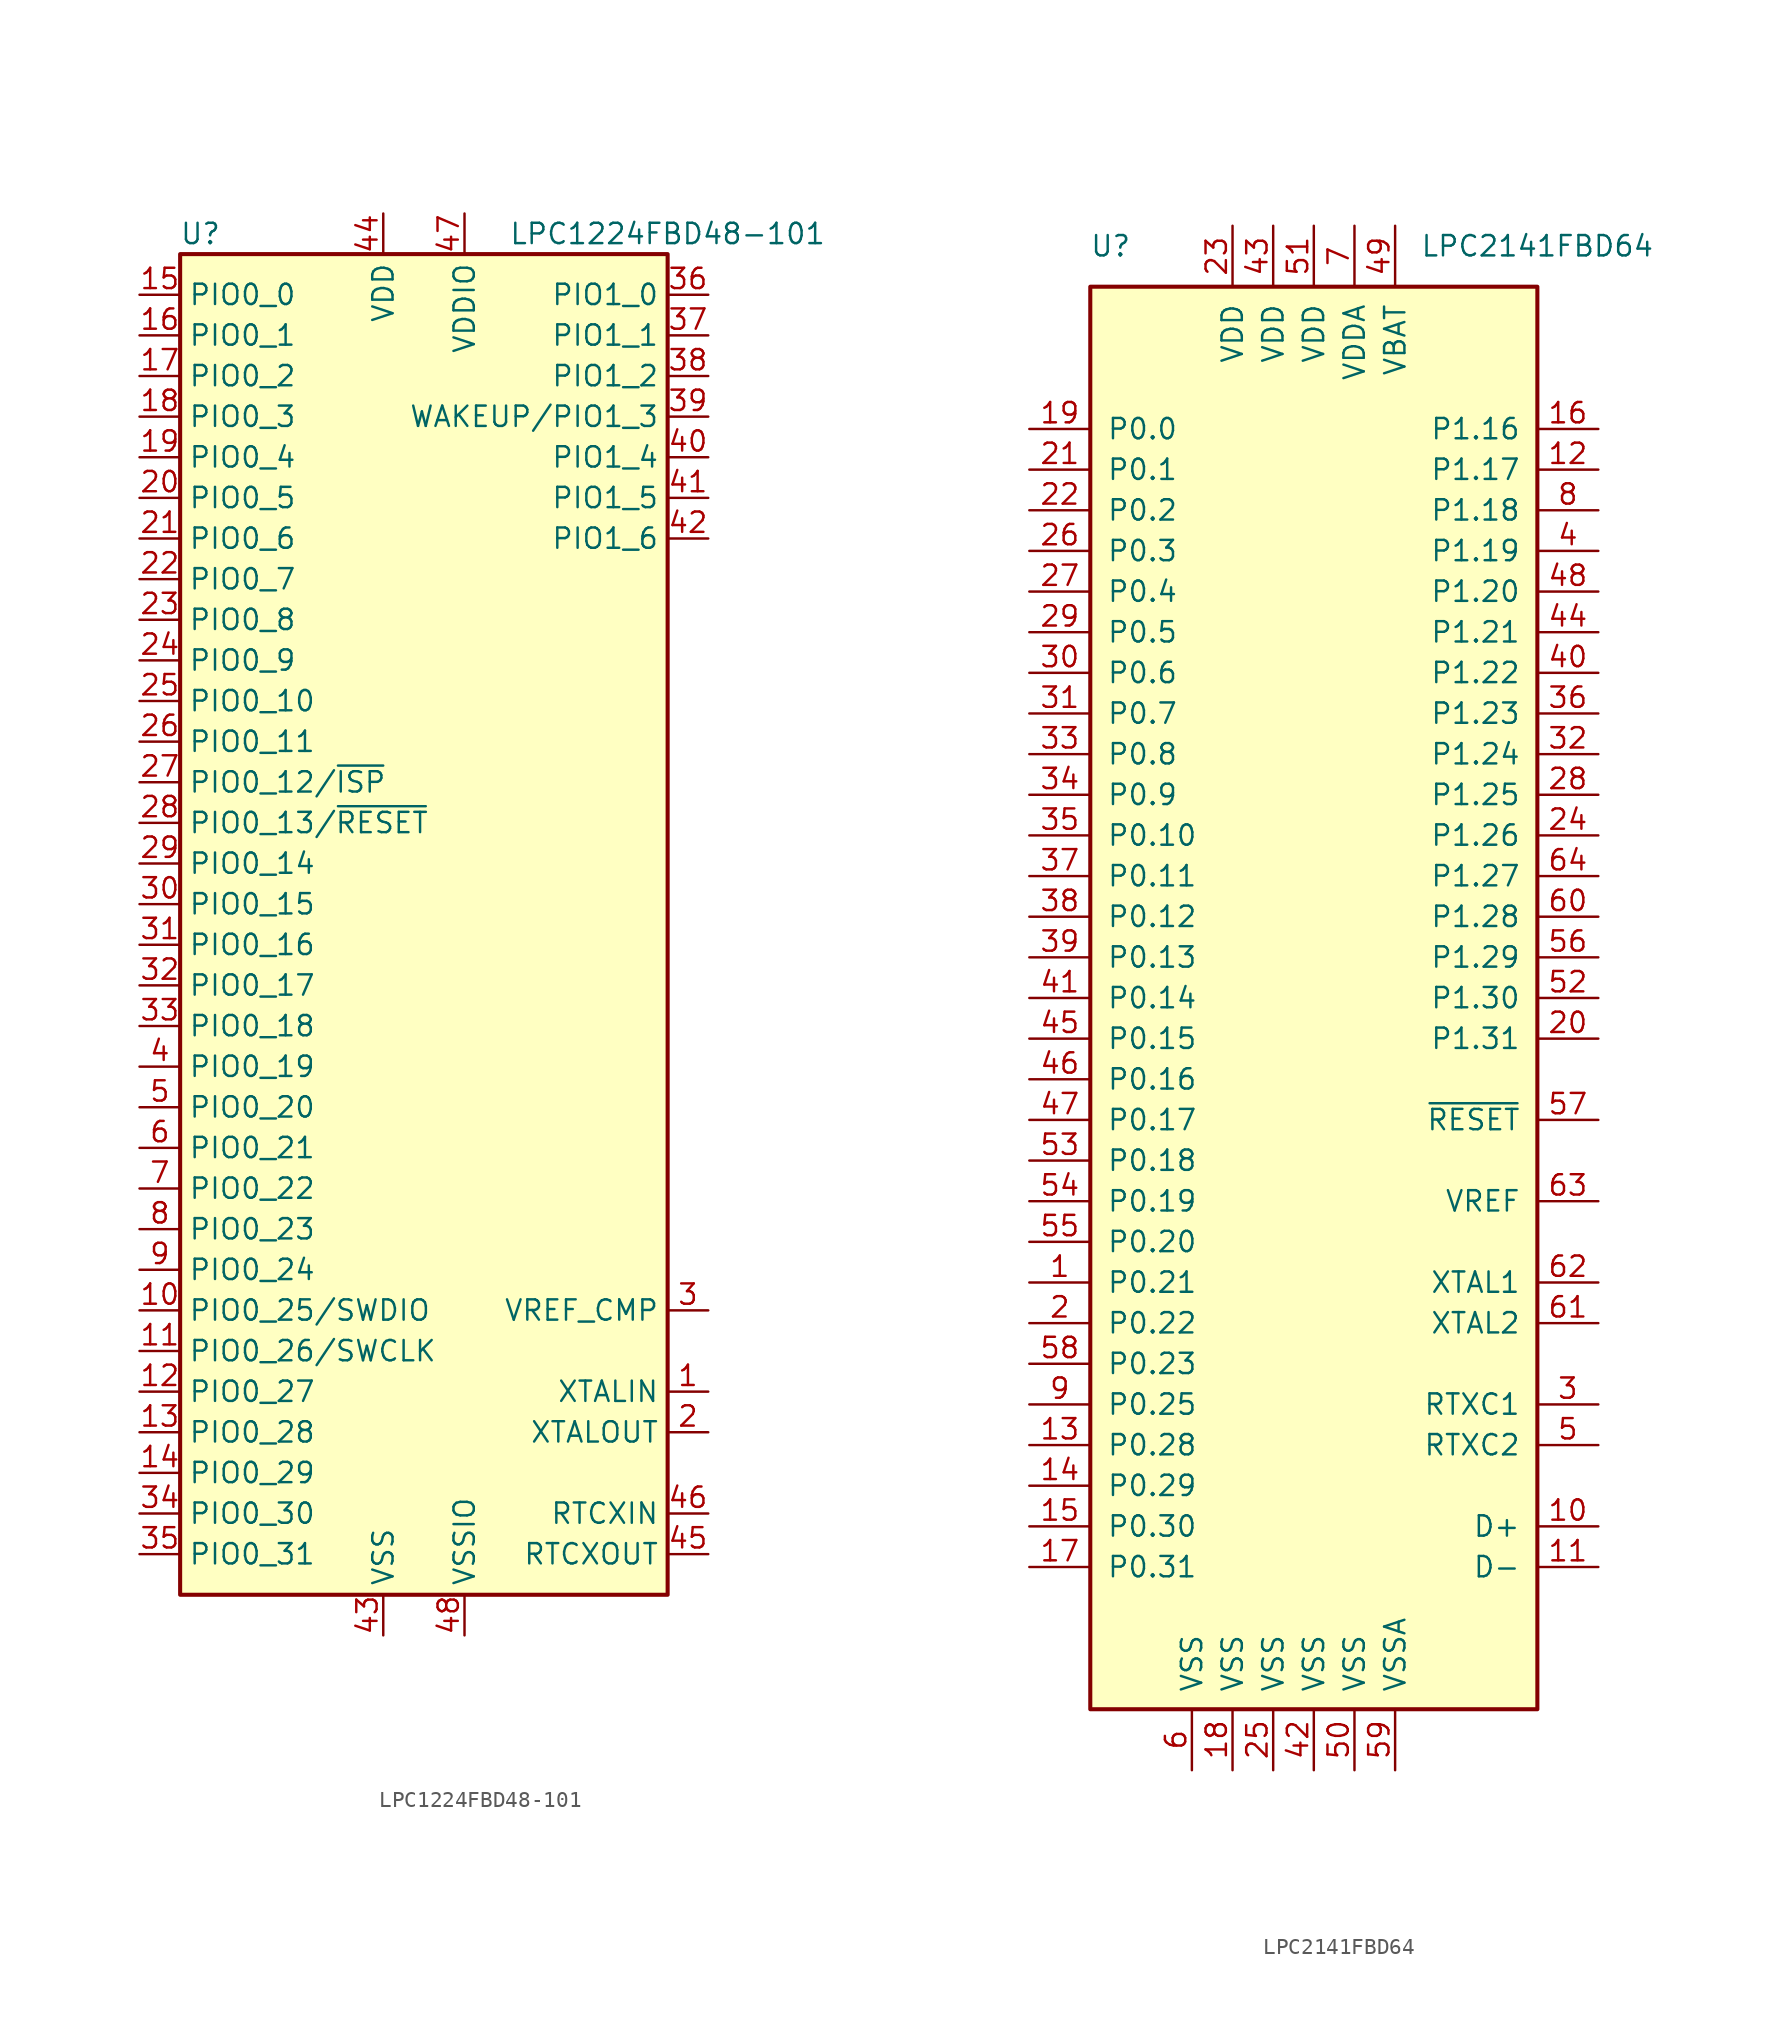
<source format=kicad_sym>
(kicad_symbol_lib
  (version 20241209)
  (generator "kicad_symbol_editor")
  (generator_version "9.0")
  (symbol "LPC1224FBD48-101"
    (property "Reference" "U"
      (at -13.97 44.45 0)
      (effects (font (size 1.27 1.27))))
    (property "Value" "LPC1224FBD48-101"
      (at 15.24 44.45 0)
      (effects (font (size 1.27 1.27))))
    (symbol "LPC1224FBD48-101_0_1"
      (rectangle (start -15.24 43.18) (end 15.24 -40.64) (stroke (width 0.254) (type default)) (fill (type background))))
    (symbol "LPC1224FBD48-101_1_1"
      (pin bidirectional line (at -17.78 40.64 0) (length 2.54) (name "PIO0_0" (effects (font (size 1.27 1.27)))) (number "15" (effects (font (size 1.27 1.27)))))
      (pin bidirectional line (at -17.78 38.1 0) (length 2.54) (name "PIO0_1" (effects (font (size 1.27 1.27)))) (number "16" (effects (font (size 1.27 1.27)))))
      (pin bidirectional line (at -17.78 35.56 0) (length 2.54) (name "PIO0_2" (effects (font (size 1.27 1.27)))) (number "17" (effects (font (size 1.27 1.27)))))
      (pin bidirectional line (at -17.78 33.02 0) (length 2.54) (name "PIO0_3" (effects (font (size 1.27 1.27)))) (number "18" (effects (font (size 1.27 1.27)))))
      (pin bidirectional line (at -17.78 30.48 0) (length 2.54) (name "PIO0_4" (effects (font (size 1.27 1.27)))) (number "19" (effects (font (size 1.27 1.27)))))
      (pin bidirectional line (at -17.78 27.94 0) (length 2.54) (name "PIO0_5" (effects (font (size 1.27 1.27)))) (number "20" (effects (font (size 1.27 1.27)))))
      (pin bidirectional line (at -17.78 25.4 0) (length 2.54) (name "PIO0_6" (effects (font (size 1.27 1.27)))) (number "21" (effects (font (size 1.27 1.27)))))
      (pin bidirectional line (at -17.78 22.86 0) (length 2.54) (name "PIO0_7" (effects (font (size 1.27 1.27)))) (number "22" (effects (font (size 1.27 1.27)))))
      (pin bidirectional line (at -17.78 20.32 0) (length 2.54) (name "PIO0_8" (effects (font (size 1.27 1.27)))) (number "23" (effects (font (size 1.27 1.27)))))
      (pin bidirectional line (at -17.78 17.78 0) (length 2.54) (name "PIO0_9" (effects (font (size 1.27 1.27)))) (number "24" (effects (font (size 1.27 1.27)))))
      (pin bidirectional line (at -17.78 15.24 0) (length 2.54) (name "PIO0_10" (effects (font (size 1.27 1.27)))) (number "25" (effects (font (size 1.27 1.27)))))
      (pin bidirectional line (at -17.78 12.7 0) (length 2.54) (name "PIO0_11" (effects (font (size 1.27 1.27)))) (number "26" (effects (font (size 1.27 1.27)))))
      (pin bidirectional line (at -17.78 10.16 0) (length 2.54) (name "PIO0_12/~{ISP}" (effects (font (size 1.27 1.27)))) (number "27" (effects (font (size 1.27 1.27)))))
      (pin bidirectional line (at -17.78 7.62 0) (length 2.54) (name "PIO0_13/~{RESET}" (effects (font (size 1.27 1.27)))) (number "28" (effects (font (size 1.27 1.27)))))
      (pin bidirectional line (at -17.78 5.08 0) (length 2.54) (name "PIO0_14" (effects (font (size 1.27 1.27)))) (number "29" (effects (font (size 1.27 1.27)))))
      (pin bidirectional line (at -17.78 2.54 0) (length 2.54) (name "PIO0_15" (effects (font (size 1.27 1.27)))) (number "30" (effects (font (size 1.27 1.27)))))
      (pin bidirectional line (at -17.78 0 0) (length 2.54) (name "PIO0_16" (effects (font (size 1.27 1.27)))) (number "31" (effects (font (size 1.27 1.27)))))
      (pin bidirectional line (at -17.78 -2.54 0) (length 2.54) (name "PIO0_17" (effects (font (size 1.27 1.27)))) (number "32" (effects (font (size 1.27 1.27)))))
      (pin bidirectional line (at -17.78 -5.08 0) (length 2.54) (name "PIO0_18" (effects (font (size 1.27 1.27)))) (number "33" (effects (font (size 1.27 1.27)))))
      (pin bidirectional line (at -17.78 -7.62 0) (length 2.54) (name "PIO0_19" (effects (font (size 1.27 1.27)))) (number "4" (effects (font (size 1.27 1.27)))))
      (pin bidirectional line (at -17.78 -10.16 0) (length 2.54) (name "PIO0_20" (effects (font (size 1.27 1.27)))) (number "5" (effects (font (size 1.27 1.27)))))
      (pin bidirectional line (at -17.78 -12.7 0) (length 2.54) (name "PIO0_21" (effects (font (size 1.27 1.27)))) (number "6" (effects (font (size 1.27 1.27)))))
      (pin bidirectional line (at -17.78 -15.24 0) (length 2.54) (name "PIO0_22" (effects (font (size 1.27 1.27)))) (number "7" (effects (font (size 1.27 1.27)))))
      (pin bidirectional line (at -17.78 -17.78 0) (length 2.54) (name "PIO0_23" (effects (font (size 1.27 1.27)))) (number "8" (effects (font (size 1.27 1.27)))))
      (pin bidirectional line (at -17.78 -20.32 0) (length 2.54) (name "PIO0_24" (effects (font (size 1.27 1.27)))) (number "9" (effects (font (size 1.27 1.27)))))
      (pin bidirectional line (at -17.78 -22.86 0) (length 2.54) (name "PIO0_25/SWDIO" (effects (font (size 1.27 1.27)))) (number "10" (effects (font (size 1.27 1.27)))))
      (pin bidirectional line (at -17.78 -25.4 0) (length 2.54) (name "PIO0_26/SWCLK" (effects (font (size 1.27 1.27)))) (number "11" (effects (font (size 1.27 1.27)))))
      (pin bidirectional line (at -17.78 -27.94 0) (length 2.54) (name "PIO0_27" (effects (font (size 1.27 1.27)))) (number "12" (effects (font (size 1.27 1.27)))))
      (pin bidirectional line (at -17.78 -30.48 0) (length 2.54) (name "PIO0_28" (effects (font (size 1.27 1.27)))) (number "13" (effects (font (size 1.27 1.27)))))
      (pin bidirectional line (at -17.78 -33.02 0) (length 2.54) (name "PIO0_29" (effects (font (size 1.27 1.27)))) (number "14" (effects (font (size 1.27 1.27)))))
      (pin bidirectional line (at -17.78 -35.56 0) (length 2.54) (name "PIO0_30" (effects (font (size 1.27 1.27)))) (number "34" (effects (font (size 1.27 1.27)))))
      (pin bidirectional line (at -17.78 -38.1 0) (length 2.54) (name "PIO0_31" (effects (font (size 1.27 1.27)))) (number "35" (effects (font (size 1.27 1.27)))))
      (pin power_in line (at -2.54 45.72 270) (length 2.54) (name "VDD" (effects (font (size 1.27 1.27)))) (number "44" (effects (font (size 1.27 1.27)))))
      (pin power_in line (at -2.54 -43.18 90) (length 2.54) (name "VSS" (effects (font (size 1.27 1.27)))) (number "43" (effects (font (size 1.27 1.27)))))
      (pin power_in line (at 2.54 45.72 270) (length 2.54) (name "VDDIO" (effects (font (size 1.27 1.27)))) (number "47" (effects (font (size 1.27 1.27)))))
      (pin power_in line (at 2.54 -43.18 90) (length 2.54) (name "VSSIO" (effects (font (size 1.27 1.27)))) (number "48" (effects (font (size 1.27 1.27)))))
      (pin bidirectional line (at 17.78 40.64 180) (length 2.54) (name "PIO1_0" (effects (font (size 1.27 1.27)))) (number "36" (effects (font (size 1.27 1.27)))))
      (pin bidirectional line (at 17.78 38.1 180) (length 2.54) (name "PIO1_1" (effects (font (size 1.27 1.27)))) (number "37" (effects (font (size 1.27 1.27)))))
      (pin bidirectional line (at 17.78 35.56 180) (length 2.54) (name "PIO1_2" (effects (font (size 1.27 1.27)))) (number "38" (effects (font (size 1.27 1.27)))))
      (pin bidirectional line (at 17.78 33.02 180) (length 2.54) (name "WAKEUP/PIO1_3" (effects (font (size 1.27 1.27)))) (number "39" (effects (font (size 1.27 1.27)))))
      (pin bidirectional line (at 17.78 30.48 180) (length 2.54) (name "PIO1_4" (effects (font (size 1.27 1.27)))) (number "40" (effects (font (size 1.27 1.27)))))
      (pin bidirectional line (at 17.78 27.94 180) (length 2.54) (name "PIO1_5" (effects (font (size 1.27 1.27)))) (number "41" (effects (font (size 1.27 1.27)))))
      (pin bidirectional line (at 17.78 25.4 180) (length 2.54) (name "PIO1_6" (effects (font (size 1.27 1.27)))) (number "42" (effects (font (size 1.27 1.27)))))
      (pin input line (at 17.78 -22.86 180) (length 2.54) (name "VREF_CMP" (effects (font (size 1.27 1.27)))) (number "3" (effects (font (size 1.27 1.27)))))
      (pin input line (at 17.78 -27.94 180) (length 2.54) (name "XTALIN" (effects (font (size 1.27 1.27)))) (number "1" (effects (font (size 1.27 1.27)))))
      (pin output line (at 17.78 -30.48 180) (length 2.54) (name "XTALOUT" (effects (font (size 1.27 1.27)))) (number "2" (effects (font (size 1.27 1.27)))))
      (pin input line (at 17.78 -35.56 180) (length 2.54) (name "RTCXIN" (effects (font (size 1.27 1.27)))) (number "46" (effects (font (size 1.27 1.27)))))
      (pin output line (at 17.78 -38.1 180) (length 2.54) (name "RTCXOUT" (effects (font (size 1.27 1.27)))) (number "45" (effects (font (size 1.27 1.27)))))))
  (symbol "LPC2141FBD64"
    (pin_names
      (offset 1.016))
    (property "Reference" "U"
      (at -12.7 46.99 0)
      (effects (font (size 1.27 1.27))))
    (property "Value" "LPC2141FBD64"
      (at 13.97 46.99 0)
      (effects (font (size 1.27 1.27))))
    (symbol "LPC2141FBD64_0_1"
      (rectangle (start 13.97 44.45) (end -13.97 -44.45) (stroke (width 0.254) (type default)) (fill (type background))))
    (symbol "LPC2141FBD64_1_1"
      (pin bidirectional line (at -17.78 35.56 0) (length 3.81) (name "P0.0" (effects (font (size 1.27 1.27)))) (number "19" (effects (font (size 1.27 1.27)))))
      (pin bidirectional line (at -17.78 33.02 0) (length 3.81) (name "P0.1" (effects (font (size 1.27 1.27)))) (number "21" (effects (font (size 1.27 1.27)))))
      (pin bidirectional line (at -17.78 30.48 0) (length 3.81) (name "P0.2" (effects (font (size 1.27 1.27)))) (number "22" (effects (font (size 1.27 1.27)))))
      (pin bidirectional line (at -17.78 27.94 0) (length 3.81) (name "P0.3" (effects (font (size 1.27 1.27)))) (number "26" (effects (font (size 1.27 1.27)))))
      (pin bidirectional line (at -17.78 25.4 0) (length 3.81) (name "P0.4" (effects (font (size 1.27 1.27)))) (number "27" (effects (font (size 1.27 1.27)))))
      (pin bidirectional line (at -17.78 22.86 0) (length 3.81) (name "P0.5" (effects (font (size 1.27 1.27)))) (number "29" (effects (font (size 1.27 1.27)))))
      (pin bidirectional line (at -17.78 20.32 0) (length 3.81) (name "P0.6" (effects (font (size 1.27 1.27)))) (number "30" (effects (font (size 1.27 1.27)))))
      (pin bidirectional line (at -17.78 17.78 0) (length 3.81) (name "P0.7" (effects (font (size 1.27 1.27)))) (number "31" (effects (font (size 1.27 1.27)))))
      (pin bidirectional line (at -17.78 15.24 0) (length 3.81) (name "P0.8" (effects (font (size 1.27 1.27)))) (number "33" (effects (font (size 1.27 1.27)))))
      (pin bidirectional line (at -17.78 12.7 0) (length 3.81) (name "P0.9" (effects (font (size 1.27 1.27)))) (number "34" (effects (font (size 1.27 1.27)))))
      (pin bidirectional line (at -17.78 10.16 0) (length 3.81) (name "P0.10" (effects (font (size 1.27 1.27)))) (number "35" (effects (font (size 1.27 1.27)))))
      (pin bidirectional line (at -17.78 7.62 0) (length 3.81) (name "P0.11" (effects (font (size 1.27 1.27)))) (number "37" (effects (font (size 1.27 1.27)))))
      (pin bidirectional line (at -17.78 5.08 0) (length 3.81) (name "P0.12" (effects (font (size 1.27 1.27)))) (number "38" (effects (font (size 1.27 1.27)))))
      (pin bidirectional line (at -17.78 2.54 0) (length 3.81) (name "P0.13" (effects (font (size 1.27 1.27)))) (number "39" (effects (font (size 1.27 1.27)))))
      (pin bidirectional line (at -17.78 0 0) (length 3.81) (name "P0.14" (effects (font (size 1.27 1.27)))) (number "41" (effects (font (size 1.27 1.27)))))
      (pin bidirectional line (at -17.78 -2.54 0) (length 3.81) (name "P0.15" (effects (font (size 1.27 1.27)))) (number "45" (effects (font (size 1.27 1.27)))))
      (pin bidirectional line (at -17.78 -5.08 0) (length 3.81) (name "P0.16" (effects (font (size 1.27 1.27)))) (number "46" (effects (font (size 1.27 1.27)))))
      (pin bidirectional line (at -17.78 -7.62 0) (length 3.81) (name "P0.17" (effects (font (size 1.27 1.27)))) (number "47" (effects (font (size 1.27 1.27)))))
      (pin bidirectional line (at -17.78 -10.16 0) (length 3.81) (name "P0.18" (effects (font (size 1.27 1.27)))) (number "53" (effects (font (size 1.27 1.27)))))
      (pin bidirectional line (at -17.78 -12.7 0) (length 3.81) (name "P0.19" (effects (font (size 1.27 1.27)))) (number "54" (effects (font (size 1.27 1.27)))))
      (pin bidirectional line (at -17.78 -15.24 0) (length 3.81) (name "P0.20" (effects (font (size 1.27 1.27)))) (number "55" (effects (font (size 1.27 1.27)))))
      (pin bidirectional line (at -17.78 -17.78 0) (length 3.81) (name "P0.21" (effects (font (size 1.27 1.27)))) (number "1" (effects (font (size 1.27 1.27)))))
      (pin bidirectional line (at -17.78 -20.32 0) (length 3.81) (name "P0.22" (effects (font (size 1.27 1.27)))) (number "2" (effects (font (size 1.27 1.27)))))
      (pin bidirectional line (at -17.78 -22.86 0) (length 3.81) (name "P0.23" (effects (font (size 1.27 1.27)))) (number "58" (effects (font (size 1.27 1.27)))))
      (pin bidirectional line (at -17.78 -25.4 0) (length 3.81) (name "P0.25" (effects (font (size 1.27 1.27)))) (number "9" (effects (font (size 1.27 1.27)))))
      (pin bidirectional line (at -17.78 -27.94 0) (length 3.81) (name "P0.28" (effects (font (size 1.27 1.27)))) (number "13" (effects (font (size 1.27 1.27)))))
      (pin bidirectional line (at -17.78 -30.48 0) (length 3.81) (name "P0.29" (effects (font (size 1.27 1.27)))) (number "14" (effects (font (size 1.27 1.27)))))
      (pin bidirectional line (at -17.78 -33.02 0) (length 3.81) (name "P0.30" (effects (font (size 1.27 1.27)))) (number "15" (effects (font (size 1.27 1.27)))))
      (pin output line (at -17.78 -35.56 0) (length 3.81) (name "P0.31" (effects (font (size 1.27 1.27)))) (number "17" (effects (font (size 1.27 1.27)))))
      (pin power_in line (at -7.62 -48.26 90) (length 3.81) (name "VSS" (effects (font (size 1.27 1.27)))) (number "6" (effects (font (size 1.27 1.27)))))
      (pin power_in line (at -5.08 48.26 270) (length 3.81) (name "VDD" (effects (font (size 1.27 1.27)))) (number "23" (effects (font (size 1.27 1.27)))))
      (pin power_in line (at -5.08 -48.26 90) (length 3.81) (name "VSS" (effects (font (size 1.27 1.27)))) (number "18" (effects (font (size 1.27 1.27)))))
      (pin power_in line (at -2.54 48.26 270) (length 3.81) (name "VDD" (effects (font (size 1.27 1.27)))) (number "43" (effects (font (size 1.27 1.27)))))
      (pin power_in line (at -2.54 -48.26 90) (length 3.81) (name "VSS" (effects (font (size 1.27 1.27)))) (number "25" (effects (font (size 1.27 1.27)))))
      (pin power_in line (at 0 48.26 270) (length 3.81) (name "VDD" (effects (font (size 1.27 1.27)))) (number "51" (effects (font (size 1.27 1.27)))))
      (pin power_in line (at 0 -48.26 90) (length 3.81) (name "VSS" (effects (font (size 1.27 1.27)))) (number "42" (effects (font (size 1.27 1.27)))))
      (pin power_in line (at 2.54 48.26 270) (length 3.81) (name "VDDA" (effects (font (size 1.27 1.27)))) (number "7" (effects (font (size 1.27 1.27)))))
      (pin power_in line (at 2.54 -48.26 90) (length 3.81) (name "VSS" (effects (font (size 1.27 1.27)))) (number "50" (effects (font (size 1.27 1.27)))))
      (pin power_in line (at 5.08 48.26 270) (length 3.81) (name "VBAT" (effects (font (size 1.27 1.27)))) (number "49" (effects (font (size 1.27 1.27)))))
      (pin power_in line (at 5.08 -48.26 90) (length 3.81) (name "VSSA" (effects (font (size 1.27 1.27)))) (number "59" (effects (font (size 1.27 1.27)))))
      (pin bidirectional line (at 17.78 35.56 180) (length 3.81) (name "P1.16" (effects (font (size 1.27 1.27)))) (number "16" (effects (font (size 1.27 1.27)))))
      (pin bidirectional line (at 17.78 33.02 180) (length 3.81) (name "P1.17" (effects (font (size 1.27 1.27)))) (number "12" (effects (font (size 1.27 1.27)))))
      (pin bidirectional line (at 17.78 30.48 180) (length 3.81) (name "P1.18" (effects (font (size 1.27 1.27)))) (number "8" (effects (font (size 1.27 1.27)))))
      (pin bidirectional line (at 17.78 27.94 180) (length 3.81) (name "P1.19" (effects (font (size 1.27 1.27)))) (number "4" (effects (font (size 1.27 1.27)))))
      (pin bidirectional line (at 17.78 25.4 180) (length 3.81) (name "P1.20" (effects (font (size 1.27 1.27)))) (number "48" (effects (font (size 1.27 1.27)))))
      (pin bidirectional line (at 17.78 22.86 180) (length 3.81) (name "P1.21" (effects (font (size 1.27 1.27)))) (number "44" (effects (font (size 1.27 1.27)))))
      (pin bidirectional line (at 17.78 20.32 180) (length 3.81) (name "P1.22" (effects (font (size 1.27 1.27)))) (number "40" (effects (font (size 1.27 1.27)))))
      (pin bidirectional line (at 17.78 17.78 180) (length 3.81) (name "P1.23" (effects (font (size 1.27 1.27)))) (number "36" (effects (font (size 1.27 1.27)))))
      (pin bidirectional line (at 17.78 15.24 180) (length 3.81) (name "P1.24" (effects (font (size 1.27 1.27)))) (number "32" (effects (font (size 1.27 1.27)))))
      (pin bidirectional line (at 17.78 12.7 180) (length 3.81) (name "P1.25" (effects (font (size 1.27 1.27)))) (number "28" (effects (font (size 1.27 1.27)))))
      (pin bidirectional line (at 17.78 10.16 180) (length 3.81) (name "P1.26" (effects (font (size 1.27 1.27)))) (number "24" (effects (font (size 1.27 1.27)))))
      (pin bidirectional line (at 17.78 7.62 180) (length 3.81) (name "P1.27" (effects (font (size 1.27 1.27)))) (number "64" (effects (font (size 1.27 1.27)))))
      (pin bidirectional line (at 17.78 5.08 180) (length 3.81) (name "P1.28" (effects (font (size 1.27 1.27)))) (number "60" (effects (font (size 1.27 1.27)))))
      (pin bidirectional line (at 17.78 2.54 180) (length 3.81) (name "P1.29" (effects (font (size 1.27 1.27)))) (number "56" (effects (font (size 1.27 1.27)))))
      (pin bidirectional line (at 17.78 0 180) (length 3.81) (name "P1.30" (effects (font (size 1.27 1.27)))) (number "52" (effects (font (size 1.27 1.27)))))
      (pin bidirectional line (at 17.78 -2.54 180) (length 3.81) (name "P1.31" (effects (font (size 1.27 1.27)))) (number "20" (effects (font (size 1.27 1.27)))))
      (pin input line (at 17.78 -7.62 180) (length 3.81) (name "~{RESET}" (effects (font (size 1.27 1.27)))) (number "57" (effects (font (size 1.27 1.27)))))
      (pin input line (at 17.78 -12.7 180) (length 3.81) (name "VREF" (effects (font (size 1.27 1.27)))) (number "63" (effects (font (size 1.27 1.27)))))
      (pin input line (at 17.78 -17.78 180) (length 3.81) (name "XTAL1" (effects (font (size 1.27 1.27)))) (number "62" (effects (font (size 1.27 1.27)))))
      (pin output line (at 17.78 -20.32 180) (length 3.81) (name "XTAL2" (effects (font (size 1.27 1.27)))) (number "61" (effects (font (size 1.27 1.27)))))
      (pin input line (at 17.78 -25.4 180) (length 3.81) (name "RTXC1" (effects (font (size 1.27 1.27)))) (number "3" (effects (font (size 1.27 1.27)))))
      (pin output line (at 17.78 -27.94 180) (length 3.81) (name "RTXC2" (effects (font (size 1.27 1.27)))) (number "5" (effects (font (size 1.27 1.27)))))
      (pin bidirectional line (at 17.78 -33.02 180) (length 3.81) (name "D+" (effects (font (size 1.27 1.27)))) (number "10" (effects (font (size 1.27 1.27)))))
      (pin bidirectional line (at 17.78 -35.56 180) (length 3.81) (name "D-" (effects (font (size 1.27 1.27)))) (number "11" (effects (font (size 1.27 1.27))))))))
</source>
